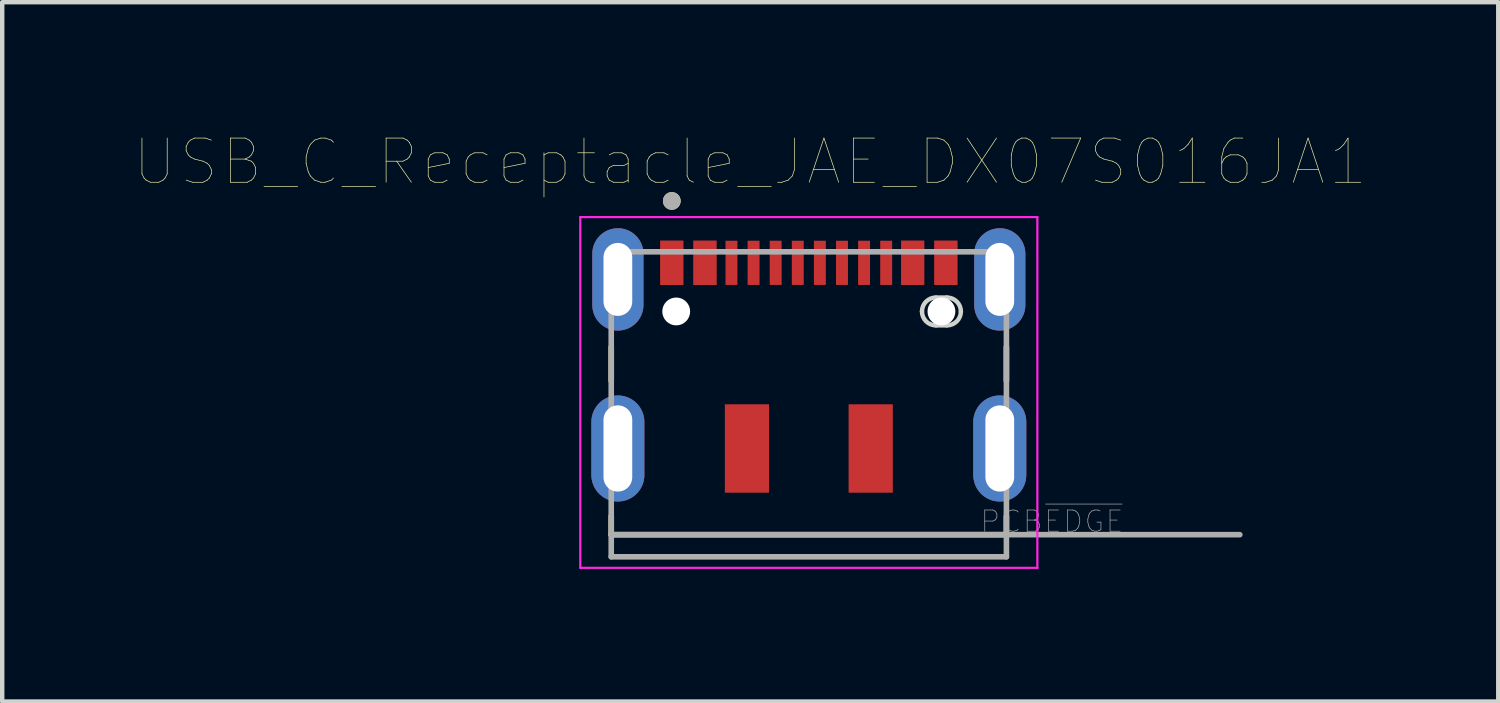
<source format=kicad_pcb>
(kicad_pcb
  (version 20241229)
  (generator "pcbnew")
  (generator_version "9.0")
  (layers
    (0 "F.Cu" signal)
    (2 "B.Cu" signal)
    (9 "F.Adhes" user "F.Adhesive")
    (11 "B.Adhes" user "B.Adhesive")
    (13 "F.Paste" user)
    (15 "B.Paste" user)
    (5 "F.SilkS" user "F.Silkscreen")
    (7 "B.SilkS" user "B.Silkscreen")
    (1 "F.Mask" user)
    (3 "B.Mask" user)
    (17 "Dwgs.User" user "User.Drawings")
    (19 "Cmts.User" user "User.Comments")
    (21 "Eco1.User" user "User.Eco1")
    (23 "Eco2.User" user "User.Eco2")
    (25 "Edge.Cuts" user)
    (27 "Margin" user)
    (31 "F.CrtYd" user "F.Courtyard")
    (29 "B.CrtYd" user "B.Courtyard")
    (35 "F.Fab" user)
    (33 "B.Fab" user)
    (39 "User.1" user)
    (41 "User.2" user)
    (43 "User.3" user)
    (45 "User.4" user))
  (footprint "USB_C_Receptacle_JAE_DX07S016JA1"
    (layer "F.Cu")
    (at 15.248 3.996)
    (property "Reference" "USB_C_Receptacle_JAE_DX07S016JA1" (at -1.325 -3.385 0) (layer "F.SilkS") (effects (font (size 1 1) (thickness 0.015))))
    (attr through_hole)
    (fp_line (start -4.47 0.805) (end -4.47 1.57) (stroke (width 0.127) (type solid)) (layer "F.SilkS"))
    (fp_line (start -4.47 5.05) (end -4.47 4.63) (stroke (width 0.127) (type solid)) (layer "F.SilkS"))
    (fp_line (start 4.47 0.805) (end 4.47 1.57) (stroke (width 0.127) (type solid)) (layer "F.SilkS"))
    (fp_line (start 4.47 4.63) (end 4.47 5.05) (stroke (width 0.127) (type solid)) (layer "F.SilkS"))
    (fp_line (start 4.47 5.05) (end -4.47 5.05) (stroke (width 0.127) (type solid)) (layer "F.SilkS"))
    (fp_circle (center -3.1 -2.5) (end -3 -2.5) (stroke (width 0.2) (type solid)) (fill no) (layer "F.SilkS"))
    (fp_line (start 2.875 -0.315) (end 3.125 -0.315) (stroke (width 0.1) (type solid)) (layer "Edge.Cuts"))
    (fp_line (start 3.125 0.315) (end 2.875 0.315) (stroke (width 0.1) (type solid)) (layer "Edge.Cuts"))
    (fp_arc (start 2.56 0) (mid 2.652261 -0.222739) (end 2.875 -0.315) (stroke (width 0.1) (type solid)) (layer "Edge.Cuts"))
    (fp_arc (start 2.875 0.315) (mid 2.652261 0.222739) (end 2.56 0) (stroke (width 0.1) (type solid)) (layer "Edge.Cuts"))
    (fp_arc (start 3.125 -0.315) (mid 3.347739 -0.222739) (end 3.44 0) (stroke (width 0.1) (type solid)) (layer "Edge.Cuts"))
    (fp_arc (start 3.44 0) (mid 3.347739 0.222739) (end 3.125 0.315) (stroke (width 0.1) (type solid)) (layer "Edge.Cuts"))
    (fp_line (start -5.17 -2.135) (end 5.17 -2.135) (stroke (width 0.05) (type solid)) (layer "F.CrtYd"))
    (fp_line (start -5.17 5.8) (end -5.17 -2.135) (stroke (width 0.05) (type solid)) (layer "F.CrtYd"))
    (fp_line (start 5.17 -2.135) (end 5.17 5.8) (stroke (width 0.05) (type solid)) (layer "F.CrtYd"))
    (fp_line (start 5.17 5.8) (end -5.17 5.8) (stroke (width 0.05) (type solid)) (layer "F.CrtYd"))
    (fp_line (start -4.47 -1.35) (end 4.47 -1.35) (stroke (width 0.127) (type solid)) (layer "F.Fab"))
    (fp_line (start -4.47 5.05) (end -4.47 -1.35) (stroke (width 0.127) (type solid)) (layer "F.Fab"))
    (fp_line (start -4.47 5.55) (end -4.47 5.05) (stroke (width 0.127) (type solid)) (layer "F.Fab"))
    (fp_line (start 4.47 -1.35) (end 4.47 5.05) (stroke (width 0.127) (type solid)) (layer "F.Fab"))
    (fp_line (start 4.47 5.05) (end -4.47 5.05) (stroke (width 0.127) (type solid)) (layer "F.Fab"))
    (fp_line (start 4.47 5.05) (end 4.47 5.55) (stroke (width 0.127) (type solid)) (layer "F.Fab"))
    (fp_line (start 4.47 5.05) (end 9.75 5.05) (stroke (width 0.127) (type solid)) (layer "F.Fab"))
    (fp_line (start 4.47 5.55) (end -4.47 5.55) (stroke (width 0.127) (type solid)) (layer "F.Fab"))
    (fp_circle (center -3.1 -2.5) (end -3 -2.5) (stroke (width 0.2) (type solid)) (fill no) (layer "F.Fab"))
    (fp_text user "PCB~{EDGE}" (at 5.5 4.75 0) (layer "F.Fab") (effects (font (size 0.48 0.48) (thickness 0.015))))
    (pad "" np_thru_hole circle (at -3 0) (size 0.63 0.63) (drill 0.63) (layers "*.Cu" "*.Mask"))
    (pad "" np_thru_hole circle (at 3 0) (size 0.6 0.6) (drill 0.6) (layers "*.Cu" "*.Mask"))
    (pad "" np_thru_hole circle (at 3 0) (size 0.63 0.63) (drill 0.63) (layers "*.Cu" "*.Mask"))
    (pad "A1" smd rect (at -3.1 -1.1) (size 0.52 1) (layers "F.Cu" "F.Mask" "F.Paste"))
    (pad "A4" smd rect (at -2.35 -1.1) (size 0.52 1) (layers "F.Cu" "F.Mask" "F.Paste"))
    (pad "A5" smd rect (at -1.75 -1.1) (size 0.27 1) (layers "F.Cu" "F.Mask" "F.Paste"))
    (pad "A6" smd rect (at -0.25 -1.1) (size 0.27 1) (layers "F.Cu" "F.Mask" "F.Paste"))
    (pad "A7" smd rect (at 0.75 -1.1) (size 0.27 1) (layers "F.Cu" "F.Mask" "F.Paste"))
    (pad "A8" smd rect (at 1.75 -1.1) (size 0.27 1) (layers "F.Cu" "F.Mask" "F.Paste"))
    (pad "A9" smd rect (at 2.35 -1.1) (size 0.52 1) (layers "F.Cu" "F.Mask" "F.Paste"))
    (pad "A12" smd rect (at 3.1 -1.1) (size 0.52 1) (layers "F.Cu" "F.Mask" "F.Paste"))
    (pad "B1" smd rect (at 3.1 -1.1) (size 0.52 1) (layers "F.Cu" "F.Mask" "F.Paste"))
    (pad "B4" smd rect (at 2.35 -1.1) (size 0.52 1) (layers "F.Cu" "F.Mask" "F.Paste"))
    (pad "B5" smd rect (at 1.25 -1.1) (size 0.27 1) (layers "F.Cu" "F.Mask" "F.Paste"))
    (pad "B6" smd rect (at 0.25 -1.1) (size 0.27 1) (layers "F.Cu" "F.Mask" "F.Paste"))
    (pad "B7" smd rect (at -0.75 -1.1) (size 0.27 1) (layers "F.Cu" "F.Mask" "F.Paste"))
    (pad "B8" smd rect (at -1.25 -1.1) (size 0.27 1) (layers "F.Cu" "F.Mask" "F.Paste"))
    (pad "B9" smd rect (at -2.35 -1.1) (size 0.52 1) (layers "F.Cu" "F.Mask" "F.Paste"))
    (pad "B12" smd rect (at -3.1 -1.1) (size 0.52 1) (layers "F.Cu" "F.Mask" "F.Paste"))
    (pad "S1" smd rect (at -1.4 3.1) (size 1 2) (layers "F.Cu" "F.Mask" "F.Paste"))
    (pad "S2" smd rect (at 1.4 3.1) (size 1 2) (layers "F.Cu" "F.Mask" "F.Paste"))
    (pad "S3" thru_hole oval (at -4.32 -0.725) (size 1.158 2.316) (drill oval 0.65 1.65) (layers "*.Cu" "*.Mask"))
    (pad "S4" thru_hole oval (at 4.32 -0.725) (size 1.158 2.316) (drill oval 0.65 1.65) (layers "*.Cu" "*.Mask"))
    (pad "S5" thru_hole oval (at -4.32 3.1) (size 1.2 2.4) (drill oval 0.65 1.95) (layers "*.Cu" "*.Mask"))
    (pad "S6" thru_hole oval (at 4.32 3.1) (size 1.2 2.4) (drill oval 0.65 1.95) (layers "*.Cu" "*.Mask")))
  (gr_rect
    (start -3 -3)
    (end 30.845 12.821)
    (stroke (width 0.1) (type default))
    (fill no)
    (layer "Edge.Cuts")))
</source>
